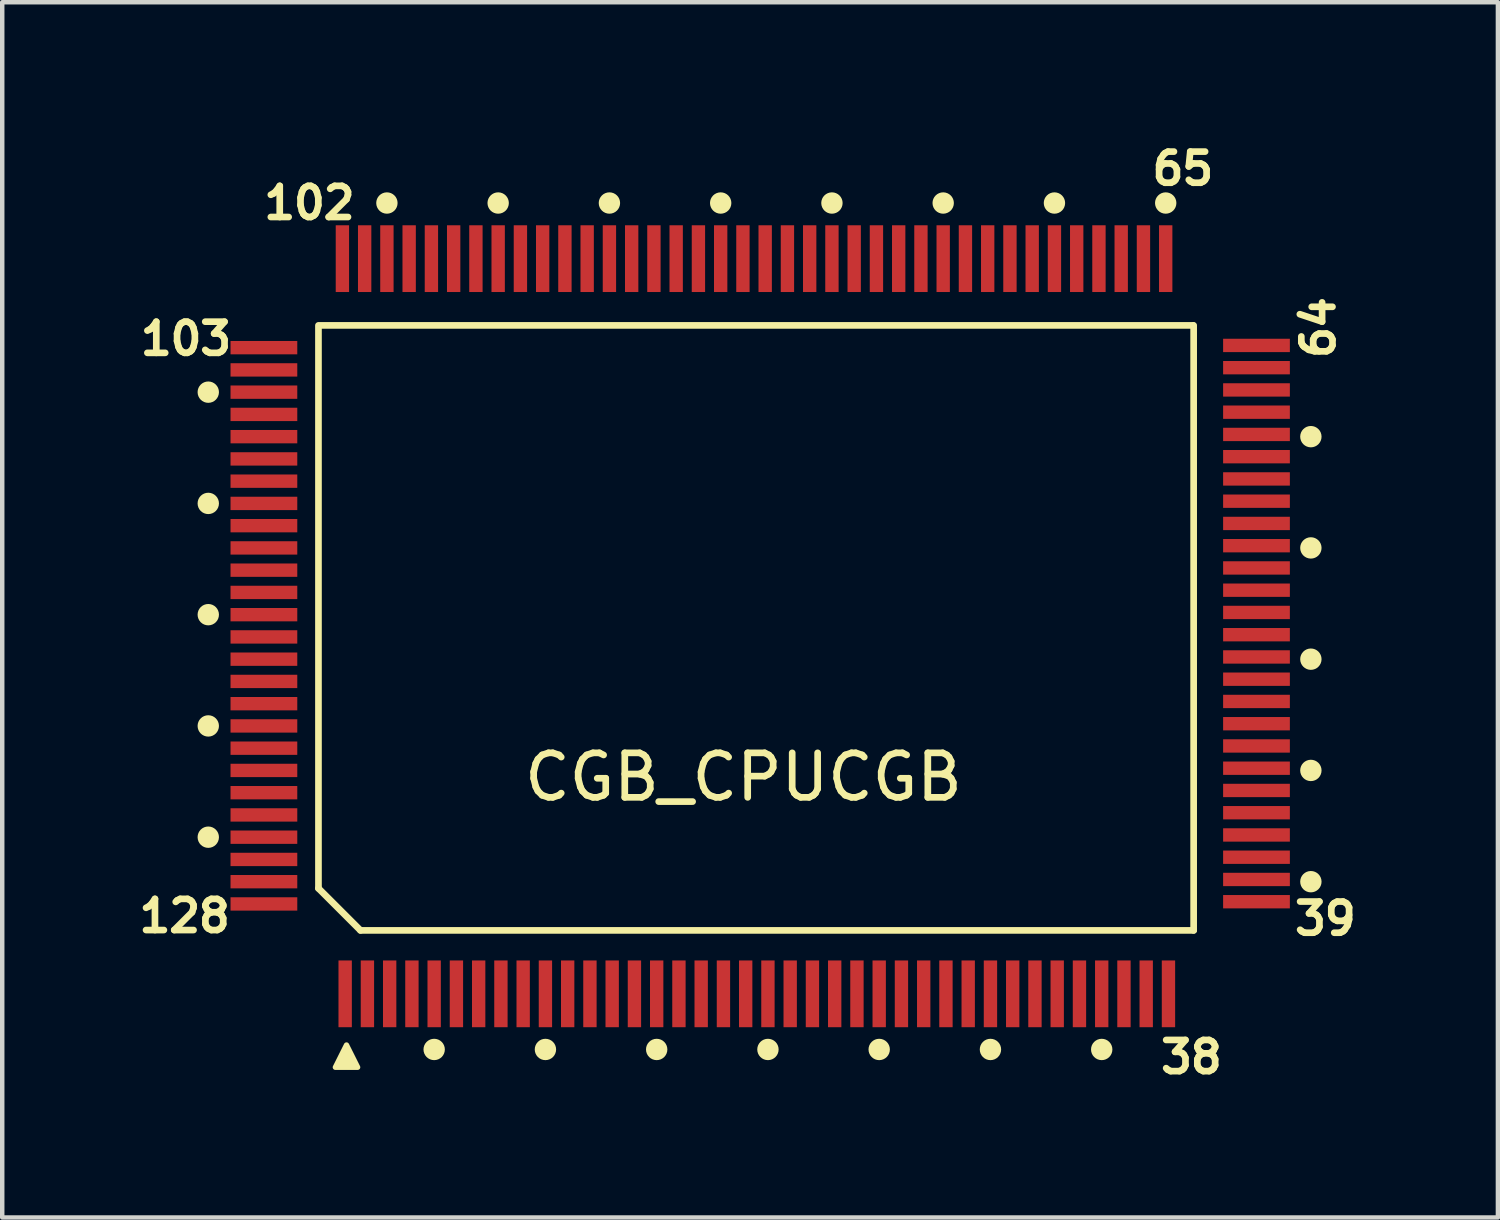
<source format=kicad_pcb>
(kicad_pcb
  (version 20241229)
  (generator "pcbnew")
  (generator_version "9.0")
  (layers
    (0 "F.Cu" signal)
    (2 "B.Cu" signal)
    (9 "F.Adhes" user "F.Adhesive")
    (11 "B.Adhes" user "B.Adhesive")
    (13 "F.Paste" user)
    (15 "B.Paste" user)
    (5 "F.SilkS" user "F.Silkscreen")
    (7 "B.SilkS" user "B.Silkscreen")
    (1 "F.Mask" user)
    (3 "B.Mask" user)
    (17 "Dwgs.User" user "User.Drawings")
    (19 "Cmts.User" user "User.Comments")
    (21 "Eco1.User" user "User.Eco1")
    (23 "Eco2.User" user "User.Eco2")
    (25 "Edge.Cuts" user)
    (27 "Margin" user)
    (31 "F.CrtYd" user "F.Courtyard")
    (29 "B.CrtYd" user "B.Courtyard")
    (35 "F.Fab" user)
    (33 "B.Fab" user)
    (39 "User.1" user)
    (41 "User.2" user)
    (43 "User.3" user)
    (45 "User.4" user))
  (footprint "CGB_CPUCGB"
    (layer "F.Cu")
    (at 13.684 5.312)
    (property "Reference" "CGB_CPUCGB" (at -0.028 9.1 0) (unlocked yes) (layer "F.SilkS") (effects (font (size 1 1) (thickness 0.15))))
    (attr smd)
    (fp_line (start -9.578 -1) (end -9.578 11.6) (stroke (width 0.15) (type default)) (layer "F.SilkS"))
    (fp_line (start -9.578 11.6) (end -8.634 12.544) (stroke (width 0.15) (type default)) (layer "F.SilkS"))
    (fp_line (start -8.634 12.544) (end 10.088 12.544) (stroke (width 0.15) (type default)) (layer "F.SilkS"))
    (fp_line (start 10.072 -1.05) (end -9.578 -1.05) (stroke (width 0.15) (type default)) (layer "F.SilkS"))
    (fp_line (start 10.088 12.544) (end 10.088 -1.05) (stroke (width 0.15) (type default)) (layer "F.SilkS"))
    (fp_circle (center -12.054 2.95) (end -12.054 3.13) (stroke (width 0.12) (type solid)) (fill yes) (layer "F.SilkS"))
    (fp_circle (center -12.054 5.45) (end -12.054 5.63) (stroke (width 0.12) (type solid)) (fill yes) (layer "F.SilkS"))
    (fp_circle (center -12.054 7.95) (end -12.054 8.13) (stroke (width 0.12) (type solid)) (fill yes) (layer "F.SilkS"))
    (fp_circle (center -12.054 10.45) (end -12.054 10.63) (stroke (width 0.12) (type solid)) (fill yes) (layer "F.SilkS"))
    (fp_circle (center -12.054 0.45) (end -12.054 0.63) (stroke (width 0.12) (type solid)) (fill yes) (layer "F.SilkS"))
    (fp_circle (center -8.04 -3.8) (end -8.22 -3.8) (stroke (width 0.12) (type solid)) (fill yes) (layer "F.SilkS"))
    (fp_circle (center -6.978 15.22) (end -6.798 15.22) (stroke (width 0.12) (type solid)) (fill yes) (layer "F.SilkS"))
    (fp_circle (center -5.54 -3.8) (end -5.72 -3.8) (stroke (width 0.12) (type solid)) (fill yes) (layer "F.SilkS"))
    (fp_circle (center -4.478 15.22) (end -4.298 15.22) (stroke (width 0.12) (type solid)) (fill yes) (layer "F.SilkS"))
    (fp_circle (center -3.04 -3.8) (end -3.22 -3.8) (stroke (width 0.12) (type solid)) (fill yes) (layer "F.SilkS"))
    (fp_circle (center -1.978 15.22) (end -1.798 15.22) (stroke (width 0.12) (type solid)) (fill yes) (layer "F.SilkS"))
    (fp_circle (center -0.54 -3.8) (end -0.72 -3.8) (stroke (width 0.12) (type solid)) (fill yes) (layer "F.SilkS"))
    (fp_circle (center 0.522 15.22) (end 0.702 15.22) (stroke (width 0.12) (type solid)) (fill yes) (layer "F.SilkS"))
    (fp_circle (center 1.96 -3.8) (end 1.78 -3.8) (stroke (width 0.12) (type solid)) (fill yes) (layer "F.SilkS"))
    (fp_circle (center 3.022 15.22) (end 3.202 15.22) (stroke (width 0.12) (type solid)) (fill yes) (layer "F.SilkS"))
    (fp_circle (center 4.46 -3.8) (end 4.28 -3.8) (stroke (width 0.12) (type solid)) (fill yes) (layer "F.SilkS"))
    (fp_circle (center 5.522 15.22) (end 5.702 15.22) (stroke (width 0.12) (type solid)) (fill yes) (layer "F.SilkS"))
    (fp_circle (center 6.96 -3.8) (end 6.78 -3.8) (stroke (width 0.12) (type solid)) (fill yes) (layer "F.SilkS"))
    (fp_circle (center 8.022 15.22) (end 8.202 15.22) (stroke (width 0.12) (type solid)) (fill yes) (layer "F.SilkS"))
    (fp_circle (center 9.46 -3.8) (end 9.28 -3.8) (stroke (width 0.12) (type solid)) (fill yes) (layer "F.SilkS"))
    (fp_circle (center 12.722 11.45) (end 12.722 11.27) (stroke (width 0.12) (type solid)) (fill yes) (layer "F.SilkS"))
    (fp_circle (center 12.722 1.45) (end 12.722 1.27) (stroke (width 0.12) (type solid)) (fill yes) (layer "F.SilkS"))
    (fp_circle (center 12.722 3.95) (end 12.722 3.77) (stroke (width 0.12) (type solid)) (fill yes) (layer "F.SilkS"))
    (fp_circle (center 12.722 6.45) (end 12.722 6.27) (stroke (width 0.12) (type solid)) (fill yes) (layer "F.SilkS"))
    (fp_circle (center 12.722 8.95) (end 12.722 8.77) (stroke (width 0.12) (type solid)) (fill yes) (layer "F.SilkS"))
    (fp_poly (pts (xy -8.948 15.12) (xy -9.198 15.62) (xy -8.698 15.62)) (stroke (width 0.12) (type solid)) (fill yes) (layer "F.SilkS"))
    (fp_text user "64" (at 13.301 -0.236 90) (unlocked yes) (layer "F.SilkS") (effects (font (size 0.7 0.7) (thickness 0.15)) (justify left bottom)))
    (fp_text user "103" (at -13.654 -0.34 0) (unlocked yes) (layer "F.SilkS") (effects (font (size 0.7 0.7) (thickness 0.15)) (justify left bottom)))
    (fp_text user "65" (at 9.08 -4.162 0) (unlocked yes) (layer "F.SilkS") (effects (font (size 0.7 0.7) (thickness 0.15)) (justify left bottom)))
    (fp_text user "38" (at 9.272 15.8 0) (unlocked yes) (layer "F.SilkS") (effects (font (size 0.7 0.7) (thickness 0.15)) (justify left bottom)))
    (fp_text user "102" (at -10.88 -3.392 0) (unlocked yes) (layer "F.SilkS") (effects (font (size 0.7 0.7) (thickness 0.15)) (justify left bottom)))
    (fp_text user "39" (at 12.282 12.69 0) (unlocked yes) (layer "F.SilkS") (effects (font (size 0.7 0.7) (thickness 0.15)) (justify left bottom)))
    (fp_text user "128" (at -13.684 12.63 0) (unlocked yes) (layer "F.SilkS") (effects (font (size 0.7 0.7) (thickness 0.15)) (justify left bottom)))
    (pad "1" smd rect (at -8.978 13.97 270) (size 1.5 0.3) (layers "F.Cu" "F.Mask" "F.Paste"))
    (pad "2" smd rect (at -8.478 13.97 270) (size 1.5 0.3) (layers "F.Cu" "F.Mask" "F.Paste"))
    (pad "3" smd rect (at -7.978 13.97 270) (size 1.5 0.3) (layers "F.Cu" "F.Mask" "F.Paste"))
    (pad "4" smd rect (at -7.478 13.97 270) (size 1.5 0.3) (layers "F.Cu" "F.Mask" "F.Paste"))
    (pad "5" smd rect (at -6.978 13.97 270) (size 1.5 0.3) (layers "F.Cu" "F.Mask" "F.Paste"))
    (pad "6" smd rect (at -6.478 13.97 270) (size 1.5 0.3) (layers "F.Cu" "F.Mask" "F.Paste"))
    (pad "7" smd rect (at -5.978 13.97 270) (size 1.5 0.3) (layers "F.Cu" "F.Mask" "F.Paste"))
    (pad "8" smd rect (at -5.478 13.97 270) (size 1.5 0.3) (layers "F.Cu" "F.Mask" "F.Paste"))
    (pad "9" smd rect (at -4.978 13.97 270) (size 1.5 0.3) (layers "F.Cu" "F.Mask" "F.Paste"))
    (pad "10" smd rect (at -4.478 13.97 270) (size 1.5 0.3) (layers "F.Cu" "F.Mask" "F.Paste"))
    (pad "11" smd rect (at -3.978 13.97 270) (size 1.5 0.3) (layers "F.Cu" "F.Mask" "F.Paste"))
    (pad "12" smd rect (at -3.478 13.97 270) (size 1.5 0.3) (layers "F.Cu" "F.Mask" "F.Paste"))
    (pad "13" smd rect (at -2.978 13.97 270) (size 1.5 0.3) (layers "F.Cu" "F.Mask" "F.Paste"))
    (pad "14" smd rect (at -2.478 13.97 270) (size 1.5 0.3) (layers "F.Cu" "F.Mask" "F.Paste"))
    (pad "15" smd rect (at -1.978 13.97 270) (size 1.5 0.3) (layers "F.Cu" "F.Mask" "F.Paste"))
    (pad "16" smd rect (at -1.478 13.97 270) (size 1.5 0.3) (layers "F.Cu" "F.Mask" "F.Paste"))
    (pad "17" smd rect (at -0.978 13.97 270) (size 1.5 0.3) (layers "F.Cu" "F.Mask" "F.Paste"))
    (pad "18" smd rect (at -0.478 13.97 270) (size 1.5 0.3) (layers "F.Cu" "F.Mask" "F.Paste"))
    (pad "19" smd rect (at 0.022 13.97 270) (size 1.5 0.3) (layers "F.Cu" "F.Mask" "F.Paste"))
    (pad "20" smd rect (at 0.522 13.97 270) (size 1.5 0.3) (layers "F.Cu" "F.Mask" "F.Paste"))
    (pad "21" smd rect (at 1.022 13.97 270) (size 1.5 0.3) (layers "F.Cu" "F.Mask" "F.Paste"))
    (pad "22" smd rect (at 1.522 13.97 270) (size 1.5 0.3) (layers "F.Cu" "F.Mask" "F.Paste"))
    (pad "23" smd rect (at 2.022 13.97 270) (size 1.5 0.3) (layers "F.Cu" "F.Mask" "F.Paste"))
    (pad "24" smd rect (at 2.522 13.97 270) (size 1.5 0.3) (layers "F.Cu" "F.Mask" "F.Paste"))
    (pad "25" smd rect (at 3.022 13.97 270) (size 1.5 0.3) (layers "F.Cu" "F.Mask" "F.Paste"))
    (pad "26" smd rect (at 3.522 13.97 270) (size 1.5 0.3) (layers "F.Cu" "F.Mask" "F.Paste"))
    (pad "27" smd rect (at 4.022 13.97 270) (size 1.5 0.3) (layers "F.Cu" "F.Mask" "F.Paste"))
    (pad "28" smd rect (at 4.522 13.97 270) (size 1.5 0.3) (layers "F.Cu" "F.Mask" "F.Paste"))
    (pad "29" smd rect (at 5.022 13.97 270) (size 1.5 0.3) (layers "F.Cu" "F.Mask" "F.Paste"))
    (pad "30" smd rect (at 5.522 13.97 270) (size 1.5 0.3) (layers "F.Cu" "F.Mask" "F.Paste"))
    (pad "31" smd rect (at 6.022 13.97 270) (size 1.5 0.3) (layers "F.Cu" "F.Mask" "F.Paste"))
    (pad "32" smd rect (at 6.522 13.97 270) (size 1.5 0.3) (layers "F.Cu" "F.Mask" "F.Paste"))
    (pad "33" smd rect (at 7.022 13.97 270) (size 1.5 0.3) (layers "F.Cu" "F.Mask" "F.Paste"))
    (pad "34" smd rect (at 7.522 13.97 270) (size 1.5 0.3) (layers "F.Cu" "F.Mask" "F.Paste"))
    (pad "35" smd rect (at 8.022 13.97 270) (size 1.5 0.3) (layers "F.Cu" "F.Mask" "F.Paste"))
    (pad "36" smd rect (at 8.522 13.97 270) (size 1.5 0.3) (layers "F.Cu" "F.Mask" "F.Paste"))
    (pad "37" smd rect (at 9.022 13.97 270) (size 1.5 0.3) (layers "F.Cu" "F.Mask" "F.Paste"))
    (pad "38" smd rect (at 9.522 13.97 270) (size 1.5 0.3) (layers "F.Cu" "F.Mask" "F.Paste"))
    (pad "39" smd rect (at 11.5 11.9 180) (size 1.5 0.3) (layers "F.Cu" "F.Mask" "F.Paste"))
    (pad "40" smd rect (at 11.5 11.4 180) (size 1.5 0.3) (layers "F.Cu" "F.Mask" "F.Paste"))
    (pad "41" smd rect (at 11.5 10.9 180) (size 1.5 0.3) (layers "F.Cu" "F.Mask" "F.Paste"))
    (pad "42" smd rect (at 11.5 10.4 180) (size 1.5 0.3) (layers "F.Cu" "F.Mask" "F.Paste"))
    (pad "43" smd rect (at 11.5 9.9 180) (size 1.5 0.3) (layers "F.Cu" "F.Mask" "F.Paste"))
    (pad "44" smd rect (at 11.5 9.4 180) (size 1.5 0.3) (layers "F.Cu" "F.Mask" "F.Paste"))
    (pad "45" smd rect (at 11.5 8.9 180) (size 1.5 0.3) (layers "F.Cu" "F.Mask" "F.Paste"))
    (pad "46" smd rect (at 11.5 8.4 180) (size 1.5 0.3) (layers "F.Cu" "F.Mask" "F.Paste"))
    (pad "47" smd rect (at 11.5 7.9 180) (size 1.5 0.3) (layers "F.Cu" "F.Mask" "F.Paste"))
    (pad "48" smd rect (at 11.5 7.4 180) (size 1.5 0.3) (layers "F.Cu" "F.Mask" "F.Paste"))
    (pad "49" smd rect (at 11.5 6.9 180) (size 1.5 0.3) (layers "F.Cu" "F.Mask" "F.Paste"))
    (pad "50" smd rect (at 11.5 6.4 180) (size 1.5 0.3) (layers "F.Cu" "F.Mask" "F.Paste"))
    (pad "51" smd rect (at 11.5 5.9 180) (size 1.5 0.3) (layers "F.Cu" "F.Mask" "F.Paste"))
    (pad "52" smd rect (at 11.5 5.4 180) (size 1.5 0.3) (layers "F.Cu" "F.Mask" "F.Paste"))
    (pad "53" smd rect (at 11.5 4.9 180) (size 1.5 0.3) (layers "F.Cu" "F.Mask" "F.Paste"))
    (pad "54" smd rect (at 11.5 4.4 180) (size 1.5 0.3) (layers "F.Cu" "F.Mask" "F.Paste"))
    (pad "55" smd rect (at 11.5 3.9 180) (size 1.5 0.3) (layers "F.Cu" "F.Mask" "F.Paste"))
    (pad "56" smd rect (at 11.5 3.4 180) (size 1.5 0.3) (layers "F.Cu" "F.Mask" "F.Paste"))
    (pad "57" smd rect (at 11.5 2.9 180) (size 1.5 0.3) (layers "F.Cu" "F.Mask" "F.Paste"))
    (pad "58" smd rect (at 11.5 2.4 180) (size 1.5 0.3) (layers "F.Cu" "F.Mask" "F.Paste"))
    (pad "59" smd rect (at 11.5 1.9 180) (size 1.5 0.3) (layers "F.Cu" "F.Mask" "F.Paste"))
    (pad "60" smd rect (at 11.5 1.4 180) (size 1.5 0.3) (layers "F.Cu" "F.Mask" "F.Paste"))
    (pad "61" smd rect (at 11.5 0.9 180) (size 1.5 0.3) (layers "F.Cu" "F.Mask" "F.Paste"))
    (pad "62" smd rect (at 11.5 0.4 180) (size 1.5 0.3) (layers "F.Cu" "F.Mask" "F.Paste"))
    (pad "63" smd rect (at 11.5 -0.1 180) (size 1.5 0.3) (layers "F.Cu" "F.Mask" "F.Paste"))
    (pad "64" smd rect (at 11.5 -0.6 180) (size 1.5 0.3) (layers "F.Cu" "F.Mask" "F.Paste"))
    (pad "65" smd rect (at 9.46 -2.55 90) (size 1.5 0.3) (layers "F.Cu" "F.Mask" "F.Paste"))
    (pad "66" smd rect (at 8.96 -2.55 90) (size 1.5 0.3) (layers "F.Cu" "F.Mask" "F.Paste"))
    (pad "67" smd rect (at 8.46 -2.55 90) (size 1.5 0.3) (layers "F.Cu" "F.Mask" "F.Paste"))
    (pad "68" smd rect (at 7.96 -2.55 90) (size 1.5 0.3) (layers "F.Cu" "F.Mask" "F.Paste"))
    (pad "69" smd rect (at 7.46 -2.55 90) (size 1.5 0.3) (layers "F.Cu" "F.Mask" "F.Paste"))
    (pad "70" smd rect (at 6.96 -2.55 90) (size 1.5 0.3) (layers "F.Cu" "F.Mask" "F.Paste"))
    (pad "71" smd rect (at 6.46 -2.55 90) (size 1.5 0.3) (layers "F.Cu" "F.Mask" "F.Paste"))
    (pad "72" smd rect (at 5.96 -2.55 90) (size 1.5 0.3) (layers "F.Cu" "F.Mask" "F.Paste"))
    (pad "73" smd rect (at 5.46 -2.55 90) (size 1.5 0.3) (layers "F.Cu" "F.Mask" "F.Paste"))
    (pad "74" smd rect (at 4.96 -2.55 90) (size 1.5 0.3) (layers "F.Cu" "F.Mask" "F.Paste"))
    (pad "75" smd rect (at 4.46 -2.55 90) (size 1.5 0.3) (layers "F.Cu" "F.Mask" "F.Paste"))
    (pad "76" smd rect (at 3.96 -2.55 90) (size 1.5 0.3) (layers "F.Cu" "F.Mask" "F.Paste"))
    (pad "77" smd rect (at 3.46 -2.55 90) (size 1.5 0.3) (layers "F.Cu" "F.Mask" "F.Paste"))
    (pad "78" smd rect (at 2.96 -2.55 90) (size 1.5 0.3) (layers "F.Cu" "F.Mask" "F.Paste"))
    (pad "79" smd rect (at 2.46 -2.55 90) (size 1.5 0.3) (layers "F.Cu" "F.Mask" "F.Paste"))
    (pad "80" smd rect (at 1.96 -2.55 90) (size 1.5 0.3) (layers "F.Cu" "F.Mask" "F.Paste"))
    (pad "81" smd rect (at 1.46 -2.55 90) (size 1.5 0.3) (layers "F.Cu" "F.Mask" "F.Paste"))
    (pad "82" smd rect (at 0.96 -2.55 90) (size 1.5 0.3) (layers "F.Cu" "F.Mask" "F.Paste"))
    (pad "83" smd rect (at 0.46 -2.55 90) (size 1.5 0.3) (layers "F.Cu" "F.Mask" "F.Paste"))
    (pad "84" smd rect (at -0.04 -2.55 90) (size 1.5 0.3) (layers "F.Cu" "F.Mask" "F.Paste"))
    (pad "85" smd rect (at -0.54 -2.55 90) (size 1.5 0.3) (layers "F.Cu" "F.Mask" "F.Paste"))
    (pad "86" smd rect (at -1.04 -2.55 90) (size 1.5 0.3) (layers "F.Cu" "F.Mask" "F.Paste"))
    (pad "87" smd rect (at -1.54 -2.55 90) (size 1.5 0.3) (layers "F.Cu" "F.Mask" "F.Paste"))
    (pad "88" smd rect (at -2.04 -2.55 90) (size 1.5 0.3) (layers "F.Cu" "F.Mask" "F.Paste"))
    (pad "89" smd rect (at -2.54 -2.55 90) (size 1.5 0.3) (layers "F.Cu" "F.Mask" "F.Paste"))
    (pad "90" smd rect (at -3.04 -2.55 90) (size 1.5 0.3) (layers "F.Cu" "F.Mask" "F.Paste"))
    (pad "91" smd rect (at -3.54 -2.55 90) (size 1.5 0.3) (layers "F.Cu" "F.Mask" "F.Paste"))
    (pad "92" smd rect (at -4.04 -2.55 90) (size 1.5 0.3) (layers "F.Cu" "F.Mask" "F.Paste"))
    (pad "93" smd rect (at -4.54 -2.55 90) (size 1.5 0.3) (layers "F.Cu" "F.Mask" "F.Paste"))
    (pad "94" smd rect (at -5.04 -2.55 90) (size 1.5 0.3) (layers "F.Cu" "F.Mask" "F.Paste"))
    (pad "95" smd rect (at -5.54 -2.55 90) (size 1.5 0.3) (layers "F.Cu" "F.Mask" "F.Paste"))
    (pad "96" smd rect (at -6.04 -2.55 90) (size 1.5 0.3) (layers "F.Cu" "F.Mask" "F.Paste"))
    (pad "97" smd rect (at -6.54 -2.55 90) (size 1.5 0.3) (layers "F.Cu" "F.Mask" "F.Paste"))
    (pad "98" smd rect (at -7.04 -2.55 90) (size 1.5 0.3) (layers "F.Cu" "F.Mask" "F.Paste"))
    (pad "99" smd rect (at -7.54 -2.55 90) (size 1.5 0.3) (layers "F.Cu" "F.Mask" "F.Paste"))
    (pad "100" smd rect (at -8.04 -2.55 90) (size 1.5 0.3) (layers "F.Cu" "F.Mask" "F.Paste"))
    (pad "101" smd rect (at -8.54 -2.55 90) (size 1.5 0.3) (layers "F.Cu" "F.Mask" "F.Paste"))
    (pad "102" smd rect (at -9.04 -2.55 90) (size 1.5 0.3) (layers "F.Cu" "F.Mask" "F.Paste"))
    (pad "103" smd rect (at -10.804 -0.55) (size 1.5 0.3) (layers "F.Cu" "F.Mask" "F.Paste"))
    (pad "104" smd rect (at -10.804 -0.05) (size 1.5 0.3) (layers "F.Cu" "F.Mask" "F.Paste"))
    (pad "105" smd rect (at -10.804 0.45) (size 1.5 0.3) (layers "F.Cu" "F.Mask" "F.Paste"))
    (pad "106" smd rect (at -10.804 0.95) (size 1.5 0.3) (layers "F.Cu" "F.Mask" "F.Paste"))
    (pad "107" smd rect (at -10.804 1.45) (size 1.5 0.3) (layers "F.Cu" "F.Mask" "F.Paste"))
    (pad "108" smd rect (at -10.804 1.95) (size 1.5 0.3) (layers "F.Cu" "F.Mask" "F.Paste"))
    (pad "109" smd rect (at -10.804 2.45) (size 1.5 0.3) (layers "F.Cu" "F.Mask" "F.Paste"))
    (pad "110" smd rect (at -10.804 2.95) (size 1.5 0.3) (layers "F.Cu" "F.Mask" "F.Paste"))
    (pad "111" smd rect (at -10.804 3.45) (size 1.5 0.3) (layers "F.Cu" "F.Mask" "F.Paste"))
    (pad "112" smd rect (at -10.804 3.95) (size 1.5 0.3) (layers "F.Cu" "F.Mask" "F.Paste"))
    (pad "113" smd rect (at -10.804 4.45) (size 1.5 0.3) (layers "F.Cu" "F.Mask" "F.Paste"))
    (pad "114" smd rect (at -10.804 4.95) (size 1.5 0.3) (layers "F.Cu" "F.Mask" "F.Paste"))
    (pad "115" smd rect (at -10.804 5.45) (size 1.5 0.3) (layers "F.Cu" "F.Mask" "F.Paste"))
    (pad "116" smd rect (at -10.804 5.95) (size 1.5 0.3) (layers "F.Cu" "F.Mask" "F.Paste"))
    (pad "117" smd rect (at -10.804 6.45) (size 1.5 0.3) (layers "F.Cu" "F.Mask" "F.Paste"))
    (pad "118" smd rect (at -10.804 6.95) (size 1.5 0.3) (layers "F.Cu" "F.Mask" "F.Paste"))
    (pad "119" smd rect (at -10.804 7.45) (size 1.5 0.3) (layers "F.Cu" "F.Mask" "F.Paste"))
    (pad "120" smd rect (at -10.804 7.95) (size 1.5 0.3) (layers "F.Cu" "F.Mask" "F.Paste"))
    (pad "121" smd rect (at -10.804 8.45) (size 1.5 0.3) (layers "F.Cu" "F.Mask" "F.Paste"))
    (pad "122" smd rect (at -10.804 8.95) (size 1.5 0.3) (layers "F.Cu" "F.Mask" "F.Paste"))
    (pad "123" smd rect (at -10.804 9.45) (size 1.5 0.3) (layers "F.Cu" "F.Mask" "F.Paste"))
    (pad "124" smd rect (at -10.804 9.95) (size 1.5 0.3) (layers "F.Cu" "F.Mask" "F.Paste"))
    (pad "125" smd rect (at -10.804 10.45) (size 1.5 0.3) (layers "F.Cu" "F.Mask" "F.Paste"))
    (pad "126" smd rect (at -10.804 10.95) (size 1.5 0.3) (layers "F.Cu" "F.Mask" "F.Paste"))
    (pad "127" smd rect (at -10.804 11.45) (size 1.5 0.3) (layers "F.Cu" "F.Mask" "F.Paste"))
    (pad "128" smd rect (at -10.804 11.95) (size 1.5 0.3) (layers "F.Cu" "F.Mask" "F.Paste")))
  (gr_rect
    (start -3 -3)
    (end 30.609 24.307)
    (stroke (width 0.1) (type default))
    (fill no)
    (layer "Edge.Cuts")))
</source>
